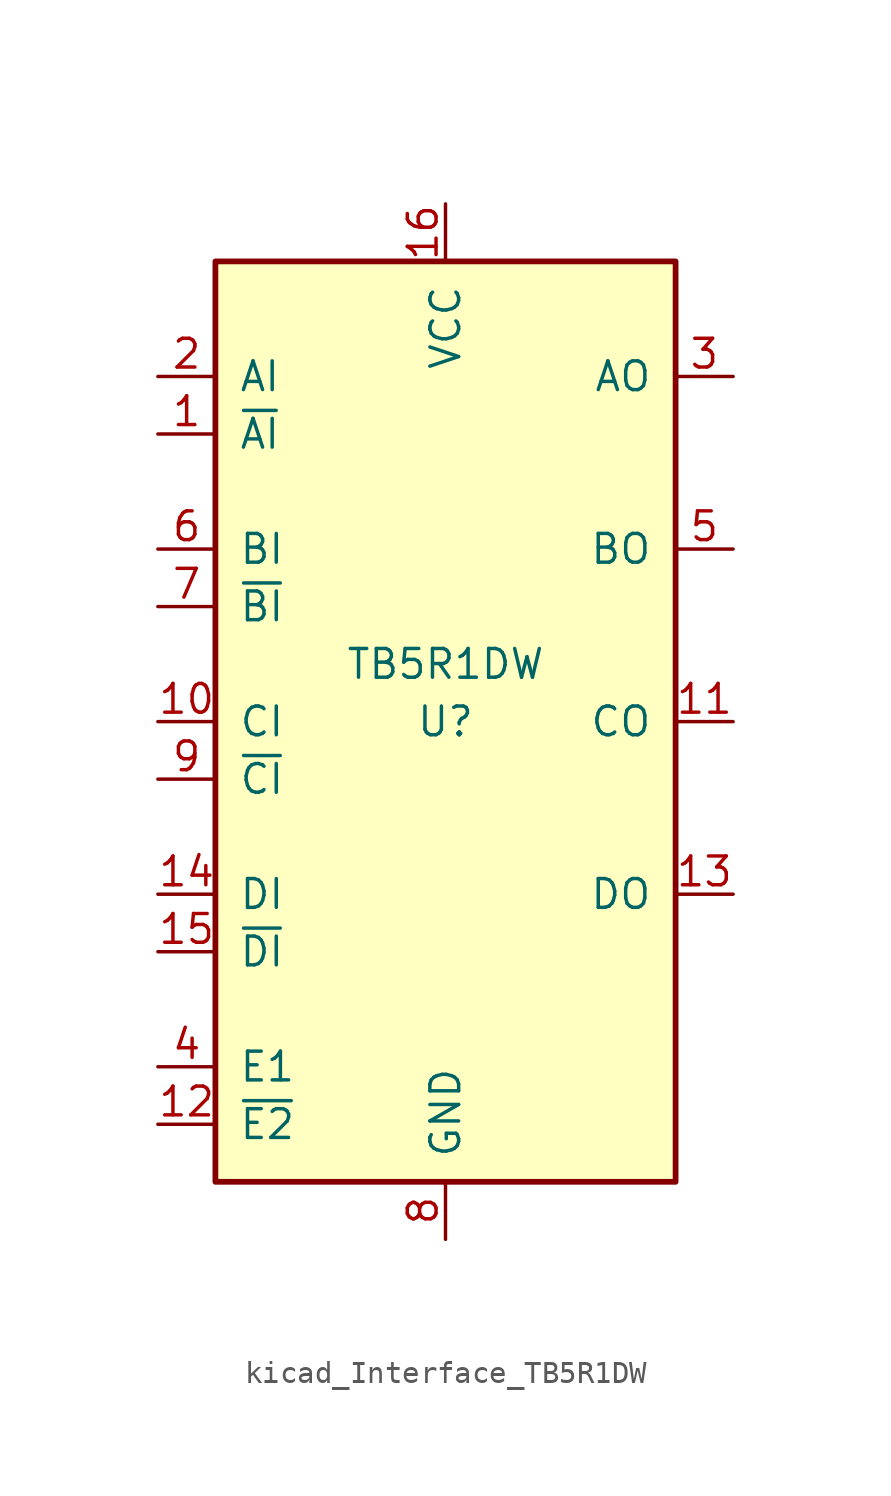
<source format=kicad_sym>
(kicad_symbol_lib
  (version 20220914)
  (generator kicad_symbol_editor)
  (symbol "kicad_Interface_TB5R1DW"
    (pin_names
      (offset 1.016))
    (property "Reference" "U"
      (at 0 0 0)
      (effects (font (size 1.27 1.27))))
    (property "Value" "TB5R1DW"
      (at 0 2.54 0)
      (effects (font (size 1.27 1.27))))
    (symbol "kicad_Interface_TB5R1DW_0_1"
      (rectangle (start 10.16 -20.32) (end -10.16 20.32) (stroke (width 0.254) (type default)) (fill (type background))))
    (symbol "kicad_Interface_TB5R1DW_1_1"
      (pin input line (at -12.7 12.7 0) (length 2.54) (name "~{AI}" (effects (font (size 1.27 1.27)))) (number "1" (effects (font (size 1.27 1.27)))))
      (pin input line (at -12.7 0 0) (length 2.54) (name "CI" (effects (font (size 1.27 1.27)))) (number "10" (effects (font (size 1.27 1.27)))))
      (pin output line (at 12.7 0 180) (length 2.54) (name "CO" (effects (font (size 1.27 1.27)))) (number "11" (effects (font (size 1.27 1.27)))))
      (pin input line (at -12.7 -17.78 0) (length 2.54) (name "~{E2}" (effects (font (size 1.27 1.27)))) (number "12" (effects (font (size 1.27 1.27)))))
      (pin output line (at 12.7 -7.62 180) (length 2.54) (name "DO" (effects (font (size 1.27 1.27)))) (number "13" (effects (font (size 1.27 1.27)))))
      (pin input line (at -12.7 -7.62 0) (length 2.54) (name "DI" (effects (font (size 1.27 1.27)))) (number "14" (effects (font (size 1.27 1.27)))))
      (pin input line (at -12.7 -10.16 0) (length 2.54) (name "~{DI}" (effects (font (size 1.27 1.27)))) (number "15" (effects (font (size 1.27 1.27)))))
      (pin power_in line (at 0 22.86 270) (length 2.54) (name "VCC" (effects (font (size 1.27 1.27)))) (number "16" (effects (font (size 1.27 1.27)))))
      (pin input line (at -12.7 15.24 0) (length 2.54) (name "AI" (effects (font (size 1.27 1.27)))) (number "2" (effects (font (size 1.27 1.27)))))
      (pin output line (at 12.7 15.24 180) (length 2.54) (name "AO" (effects (font (size 1.27 1.27)))) (number "3" (effects (font (size 1.27 1.27)))))
      (pin input line (at -12.7 -15.24 0) (length 2.54) (name "E1" (effects (font (size 1.27 1.27)))) (number "4" (effects (font (size 1.27 1.27)))))
      (pin output line (at 12.7 7.62 180) (length 2.54) (name "BO" (effects (font (size 1.27 1.27)))) (number "5" (effects (font (size 1.27 1.27)))))
      (pin input line (at -12.7 7.62 0) (length 2.54) (name "BI" (effects (font (size 1.27 1.27)))) (number "6" (effects (font (size 1.27 1.27)))))
      (pin input line (at -12.7 5.08 0) (length 2.54) (name "~{BI}" (effects (font (size 1.27 1.27)))) (number "7" (effects (font (size 1.27 1.27)))))
      (pin power_in line (at 0 -22.86 90) (length 2.54) (name "GND" (effects (font (size 1.27 1.27)))) (number "8" (effects (font (size 1.27 1.27)))))
      (pin input line (at -12.7 -2.54 0) (length 2.54) (name "~{CI}" (effects (font (size 1.27 1.27)))) (number "9" (effects (font (size 1.27 1.27))))))))
</source>
